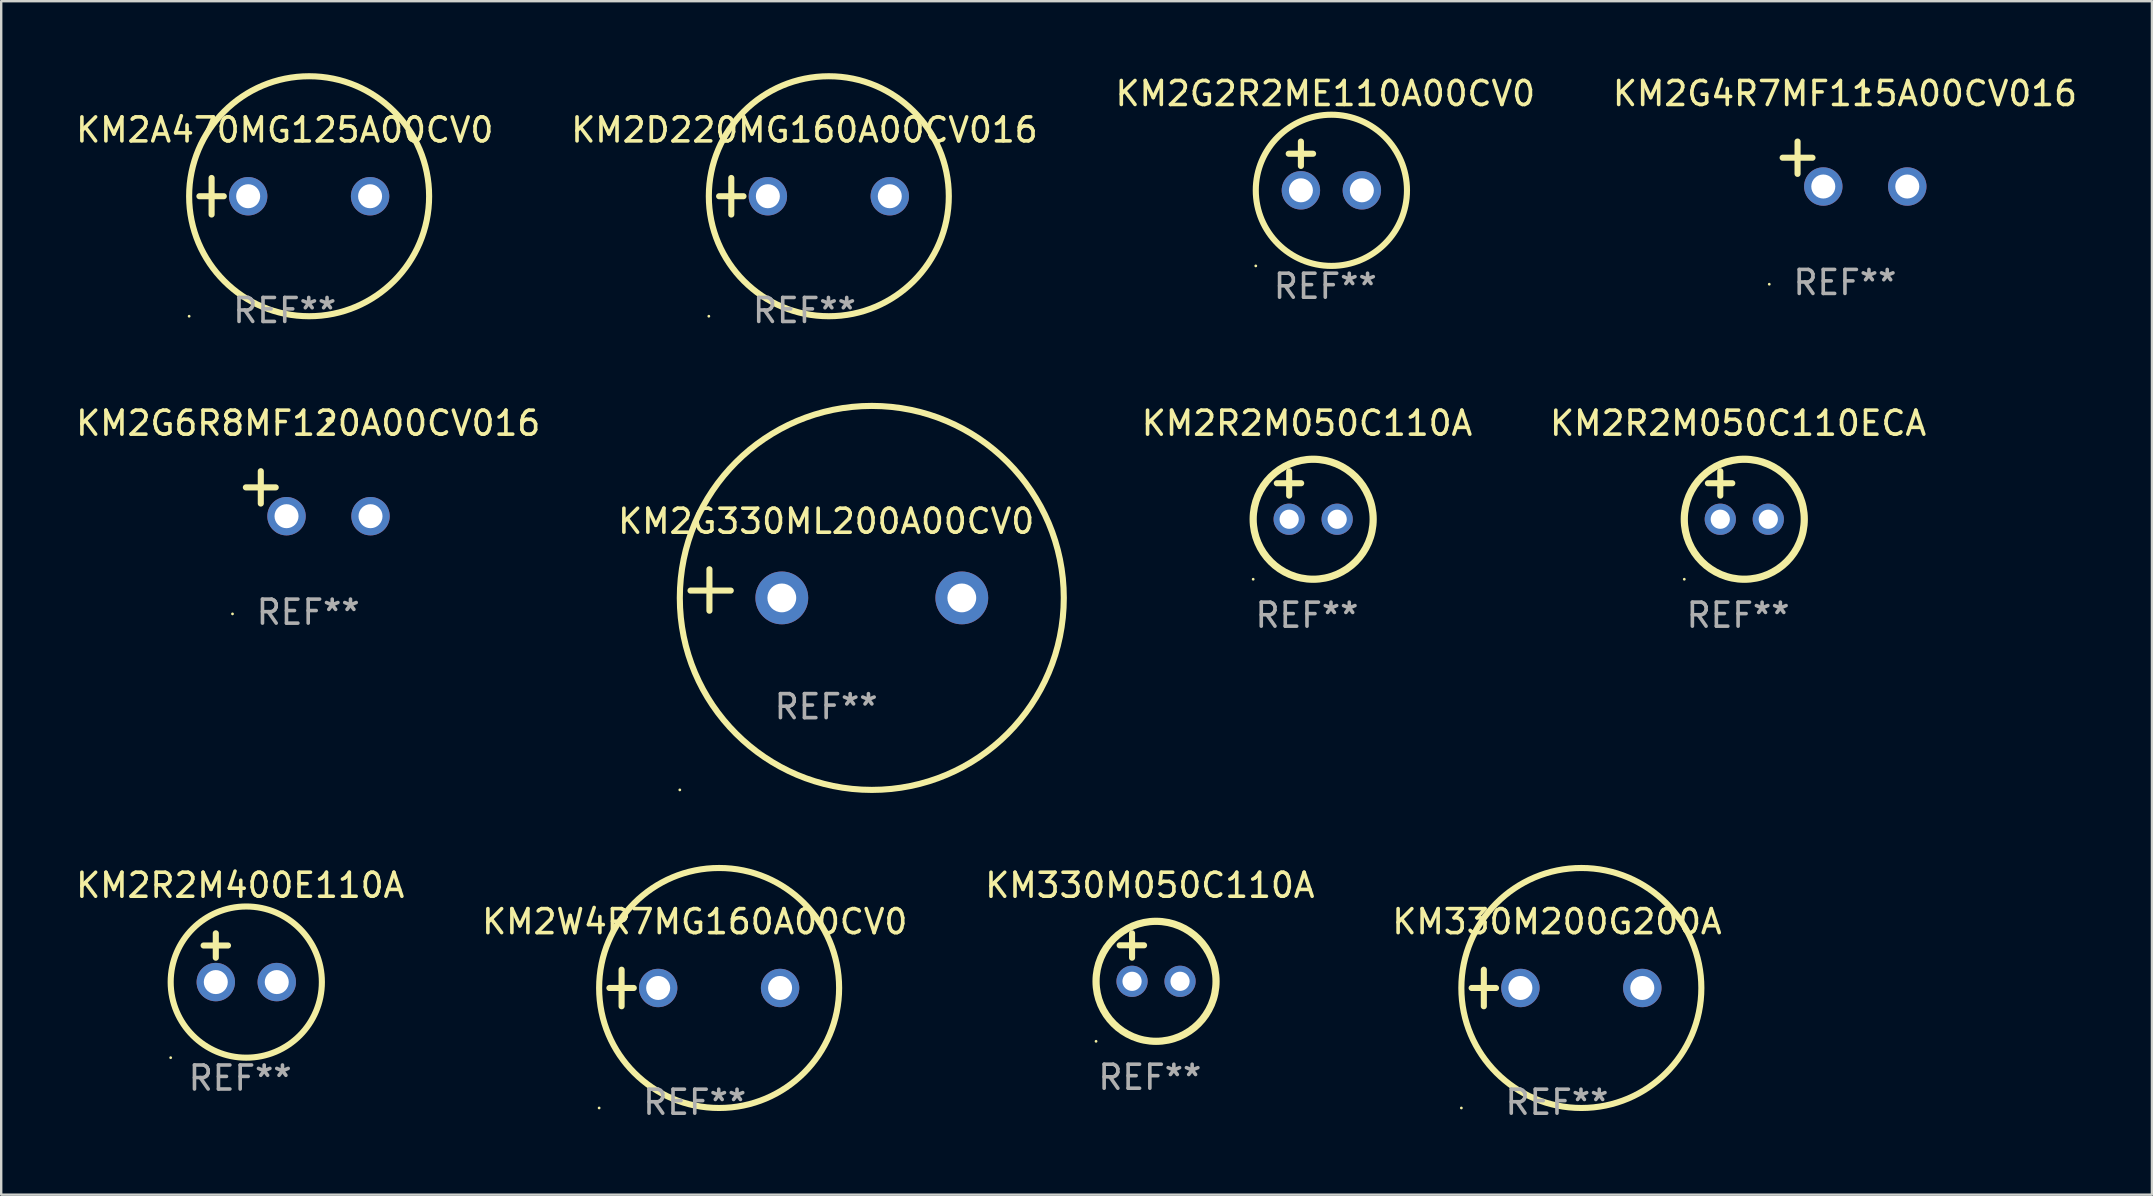
<source format=kicad_pcb>
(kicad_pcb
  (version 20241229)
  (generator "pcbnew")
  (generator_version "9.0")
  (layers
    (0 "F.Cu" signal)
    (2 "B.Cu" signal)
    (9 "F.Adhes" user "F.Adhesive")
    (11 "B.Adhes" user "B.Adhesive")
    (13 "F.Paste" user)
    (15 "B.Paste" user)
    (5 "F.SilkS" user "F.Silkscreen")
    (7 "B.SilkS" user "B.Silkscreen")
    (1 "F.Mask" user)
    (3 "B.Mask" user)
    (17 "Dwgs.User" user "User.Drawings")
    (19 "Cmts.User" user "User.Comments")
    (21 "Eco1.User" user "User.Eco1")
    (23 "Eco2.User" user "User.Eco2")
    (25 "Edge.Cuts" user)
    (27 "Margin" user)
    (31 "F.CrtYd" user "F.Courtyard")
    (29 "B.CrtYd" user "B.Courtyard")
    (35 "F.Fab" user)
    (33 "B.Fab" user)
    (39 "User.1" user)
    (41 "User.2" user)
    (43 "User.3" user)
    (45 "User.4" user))
  (footprint "KM2W4R7MG160A00CV0"
    (layer "F.Cu")
    (at 25.899 38.118)
    (property "Reference" "KM2W4R7MG160A00CV0" (at 0 -2.762 0) (layer "F.SilkS") (effects (font (size 1 1) (thickness 0.15))))
    (attr through_hole)
    (fp_line (start -3.556 0) (end -2.54 0) (stroke (width 0.254) (type solid)) (layer "F.SilkS"))
    (fp_line (start -3.048 -0.762) (end -3.048 0.762) (stroke (width 0.254) (type solid)) (layer "F.SilkS"))
    (fp_circle (center -3.984 5) (end -3.954 5) (stroke (width 0.06) (type solid)) (fill no) (layer "F.SilkS"))
    (fp_circle (center 1.016 0) (end 6.016 0) (stroke (width 0.254) (type solid)) (fill no) (layer "F.SilkS"))
    (fp_text user "REF**" (at 0 4.762 0) (layer "F.Fab") (effects (font (size 1 1) (thickness 0.15))))
    (pad "1" thru_hole circle (at -1.524 0) (size 1.6 1.6) (drill 1) (layers "*.Cu" "*.Mask"))
    (pad "2" thru_hole circle (at 3.556 0) (size 1.6 1.6) (drill 1) (layers "*.Cu" "*.Mask")))
  (footprint "KM2R2M050C110A"
    (layer "F.Cu")
    (at 51.41 17.586)
    (property "Reference" "KM2R2M050C110A" (at 0 -3 0) (layer "F.SilkS") (effects (font (size 1 1) (thickness 0.15))))
    (attr through_hole)
    (fp_line (start -1.258 -0.5) (end -0.242 -0.5) (stroke (width 0.254) (type solid)) (layer "F.SilkS"))
    (fp_line (start -0.742 -1) (end -0.742 0.016) (stroke (width 0.254) (type solid)) (layer "F.SilkS"))
    (fp_circle (center -2.242 3.5) (end -2.212 3.5) (stroke (width 0.06) (type solid)) (fill no) (layer "F.SilkS"))
    (fp_circle (center 0.258 1) (end 2.758 1) (stroke (width 0.3) (type solid)) (fill no) (layer "F.SilkS"))
    (fp_text user "REF**" (at 0 5 0) (layer "F.Fab") (effects (font (size 1 1) (thickness 0.15))))
    (pad "1" thru_hole circle (at -0.742 1) (size 1.3 1.3) (drill 0.8) (layers "*.Cu" "*.Mask"))
    (pad "2" thru_hole circle (at 1.258 1) (size 1.3 1.3) (drill 0.8) (layers "*.Cu" "*.Mask")))
  (footprint "KM2G6R8MF120A00CV016"
    (layer "F.Cu")
    (at 9.792 17.522)
    (property "Reference" "KM2G6R8MF120A00CV016" (at 0 -2.937 0) (layer "F.SilkS") (effects (font (size 1 1) (thickness 0.15))))
    (attr through_hole)
    (fp_line (start -1.975 0.41) (end -1.975 -0.937) (stroke (width 0.254) (type solid)) (layer "F.SilkS"))
    (fp_line (start -1.353 -0.263) (end -2.597 -0.263) (stroke (width 0.254) (type solid)) (layer "F.SilkS"))
    (fp_arc (start 0.849809 -3.063957) (mid 0.885369 -3.064114) (end 0.920929 -3.063957) (stroke (width 0.254001) (type solid)) (layer "F.SilkS"))
    (fp_circle (center -3.154 5.008) (end -3.124 5.008) (stroke (width 0.06) (type solid)) (fill no) (layer "F.SilkS"))
    (fp_text user "REF**" (at 0 4.937 0) (layer "F.Fab") (effects (font (size 1 1) (thickness 0.15))))
    (pad "1" thru_hole circle (at -0.903 0.937) (size 1.6 1.6) (drill 1) (layers "*.Cu" "*.Mask"))
    (pad "2" thru_hole circle (at 2.597 0.937) (size 1.6 1.6) (drill 1) (layers "*.Cu" "*.Mask")))
  (footprint "KM2G4R7MF115A00CV016"
    (layer "F.Cu")
    (at 73.827 3.785)
    (property "Reference" "KM2G4R7MF115A00CV016" (at 0 -2.937 0) (layer "F.SilkS") (effects (font (size 1 1) (thickness 0.15))))
    (attr through_hole)
    (fp_line (start -1.975 0.41) (end -1.975 -0.937) (stroke (width 0.254) (type solid)) (layer "F.SilkS"))
    (fp_line (start -1.353 -0.263) (end -2.597 -0.263) (stroke (width 0.254) (type solid)) (layer "F.SilkS"))
    (fp_arc (start 0.849809 -3.063957) (mid 0.885369 -3.064114) (end 0.920929 -3.063957) (stroke (width 0.254001) (type solid)) (layer "F.SilkS"))
    (fp_circle (center -3.154 5.008) (end -3.124 5.008) (stroke (width 0.06) (type solid)) (fill no) (layer "F.SilkS"))
    (fp_text user "REF**" (at 0 4.937 0) (layer "F.Fab") (effects (font (size 1 1) (thickness 0.15))))
    (pad "1" thru_hole circle (at -0.903 0.937) (size 1.6 1.6) (drill 1) (layers "*.Cu" "*.Mask"))
    (pad "2" thru_hole circle (at 2.597 0.937) (size 1.6 1.6) (drill 1) (layers "*.Cu" "*.Mask")))
  (footprint "KM2G2R2ME110A00CV0"
    (layer "F.Cu")
    (at 52.173 3.864)
    (property "Reference" "KM2G2R2ME110A00CV0" (at 0 -3.016 0) (layer "F.SilkS") (effects (font (size 1 1) (thickness 0.15))))
    (attr through_hole)
    (fp_line (start -1.524 -0.508) (end -0.508 -0.508) (stroke (width 0.254) (type solid)) (layer "F.SilkS"))
    (fp_line (start -1.016 -1.016) (end -1.016 0) (stroke (width 0.254) (type solid)) (layer "F.SilkS"))
    (fp_circle (center -2.896 4.166) (end -2.866 4.166) (stroke (width 0.06) (type solid)) (fill no) (layer "F.SilkS"))
    (fp_circle (center 0.254 1.016) (end 3.404 1.016) (stroke (width 0.254) (type solid)) (fill no) (layer "F.SilkS"))
    (fp_text user "REF**" (at 0 5.016 0) (layer "F.Fab") (effects (font (size 1 1) (thickness 0.15))))
    (pad "1" thru_hole circle (at -1.016 1.016) (size 1.6 1.6) (drill 1) (layers "*.Cu" "*.Mask"))
    (pad "2" thru_hole circle (at 1.524 1.016) (size 1.6 1.6) (drill 1) (layers "*.Cu" "*.Mask")))
  (footprint "KM2R2M400E110A"
    (layer "F.Cu")
    (at 6.958 36.856)
    (property "Reference" "KM2R2M400E110A" (at 0 -3.016 0) (layer "F.SilkS") (effects (font (size 1 1) (thickness 0.15))))
    (attr through_hole)
    (fp_line (start -1.524 -0.508) (end -0.508 -0.508) (stroke (width 0.254) (type solid)) (layer "F.SilkS"))
    (fp_line (start -1.016 -1.016) (end -1.016 0) (stroke (width 0.254) (type solid)) (layer "F.SilkS"))
    (fp_circle (center -2.896 4.166) (end -2.866 4.166) (stroke (width 0.06) (type solid)) (fill no) (layer "F.SilkS"))
    (fp_circle (center 0.254 1.016) (end 3.404 1.016) (stroke (width 0.254) (type solid)) (fill no) (layer "F.SilkS"))
    (fp_text user "REF**" (at 0 5.016 0) (layer "F.Fab") (effects (font (size 1 1) (thickness 0.15))))
    (pad "1" thru_hole circle (at -1.016 1.016) (size 1.6 1.6) (drill 1) (layers "*.Cu" "*.Mask"))
    (pad "2" thru_hole circle (at 1.524 1.016) (size 1.6 1.6) (drill 1) (layers "*.Cu" "*.Mask")))
  (footprint "KM2A470MG125A00CV0"
    (layer "F.Cu")
    (at 8.815 5.127)
    (property "Reference" "KM2A470MG125A00CV0" (at 0 -2.762 0) (layer "F.SilkS") (effects (font (size 1 1) (thickness 0.15))))
    (attr through_hole)
    (fp_line (start -3.556 0) (end -2.54 0) (stroke (width 0.254) (type solid)) (layer "F.SilkS"))
    (fp_line (start -3.048 -0.762) (end -3.048 0.762) (stroke (width 0.254) (type solid)) (layer "F.SilkS"))
    (fp_circle (center -3.984 5) (end -3.954 5) (stroke (width 0.06) (type solid)) (fill no) (layer "F.SilkS"))
    (fp_circle (center 1.016 0) (end 6.016 0) (stroke (width 0.254) (type solid)) (fill no) (layer "F.SilkS"))
    (fp_text user "REF**" (at 0 4.762 0) (layer "F.Fab") (effects (font (size 1 1) (thickness 0.15))))
    (pad "1" thru_hole circle (at -1.524 0) (size 1.6 1.6) (drill 1) (layers "*.Cu" "*.Mask"))
    (pad "2" thru_hole circle (at 3.556 0) (size 1.6 1.6) (drill 1) (layers "*.Cu" "*.Mask")))
  (footprint "KM2G330ML200A00CV0"
    (layer "F.Cu")
    (at 31.375 21.534)
    (property "Reference" "KM2G330ML200A00CV0" (at 0 -2.864 0) (layer "F.SilkS") (effects (font (size 1 1) (thickness 0.15))))
    (attr through_hole)
    (fp_line (start -4.864 0.864) (end -4.864 -0.864) (stroke (width 0.254) (type solid)) (layer "F.SilkS"))
    (fp_line (start -3.975 0.025) (end -5.652 0.025) (stroke (width 0.254) (type solid)) (layer "F.SilkS"))
    (fp_circle (center -6.098 8.33) (end -6.068 8.33) (stroke (width 0.06) (type solid)) (fill no) (layer "F.SilkS"))
    (fp_circle (center 1.902 0.33) (end 9.902 0.33) (stroke (width 0.254) (type solid)) (fill no) (layer "F.SilkS"))
    (fp_text user "REF**" (at 0 4.864 0) (layer "F.Fab") (effects (font (size 1 1) (thickness 0.15))))
    (pad "1" thru_hole circle (at -1.848 0.33) (size 2.2 2.2) (drill 1.2) (layers "*.Cu" "*.Mask"))
    (pad "2" thru_hole circle (at 5.652 0.33) (size 2.2 2.2) (drill 1.2) (layers "*.Cu" "*.Mask")))
  (footprint "KM2D220MG160A00CV016"
    (layer "F.Cu")
    (at 30.47 5.127)
    (property "Reference" "KM2D220MG160A00CV016" (at 0 -2.762 0) (layer "F.SilkS") (effects (font (size 1 1) (thickness 0.15))))
    (attr through_hole)
    (fp_line (start -3.556 0) (end -2.54 0) (stroke (width 0.254) (type solid)) (layer "F.SilkS"))
    (fp_line (start -3.048 -0.762) (end -3.048 0.762) (stroke (width 0.254) (type solid)) (layer "F.SilkS"))
    (fp_circle (center -3.984 5) (end -3.954 5) (stroke (width 0.06) (type solid)) (fill no) (layer "F.SilkS"))
    (fp_circle (center 1.016 0) (end 6.016 0) (stroke (width 0.254) (type solid)) (fill no) (layer "F.SilkS"))
    (fp_text user "REF**" (at 0 4.762 0) (layer "F.Fab") (effects (font (size 1 1) (thickness 0.15))))
    (pad "1" thru_hole circle (at -1.524 0) (size 1.6 1.6) (drill 1) (layers "*.Cu" "*.Mask"))
    (pad "2" thru_hole circle (at 3.556 0) (size 1.6 1.6) (drill 1) (layers "*.Cu" "*.Mask")))
  (footprint "KM330M200G200A"
    (layer "F.Cu")
    (at 61.827 38.118)
    (property "Reference" "KM330M200G200A" (at 0 -2.762 0) (layer "F.SilkS") (effects (font (size 1 1) (thickness 0.15))))
    (attr through_hole)
    (fp_line (start -3.556 0) (end -2.54 0) (stroke (width 0.254) (type solid)) (layer "F.SilkS"))
    (fp_line (start -3.048 -0.762) (end -3.048 0.762) (stroke (width 0.254) (type solid)) (layer "F.SilkS"))
    (fp_circle (center -3.984 5) (end -3.954 5) (stroke (width 0.06) (type solid)) (fill no) (layer "F.SilkS"))
    (fp_circle (center 1.016 0) (end 6.016 0) (stroke (width 0.254) (type solid)) (fill no) (layer "F.SilkS"))
    (fp_text user "REF**" (at 0 4.762 0) (layer "F.Fab") (effects (font (size 1 1) (thickness 0.15))))
    (pad "1" thru_hole circle (at -1.524 0) (size 1.6 1.6) (drill 1) (layers "*.Cu" "*.Mask"))
    (pad "2" thru_hole circle (at 3.556 0) (size 1.6 1.6) (drill 1) (layers "*.Cu" "*.Mask")))
  (footprint "KM2R2M050C110ECA"
    (layer "F.Cu")
    (at 69.374 17.586)
    (property "Reference" "KM2R2M050C110ECA" (at 0 -3 0) (layer "F.SilkS") (effects (font (size 1 1) (thickness 0.15))))
    (attr through_hole)
    (fp_line (start -1.258 -0.5) (end -0.242 -0.5) (stroke (width 0.254) (type solid)) (layer "F.SilkS"))
    (fp_line (start -0.742 -1) (end -0.742 0.016) (stroke (width 0.254) (type solid)) (layer "F.SilkS"))
    (fp_circle (center -2.242 3.5) (end -2.212 3.5) (stroke (width 0.06) (type solid)) (fill no) (layer "F.SilkS"))
    (fp_circle (center 0.258 1) (end 2.758 1) (stroke (width 0.3) (type solid)) (fill no) (layer "F.SilkS"))
    (fp_text user "REF**" (at 0 5 0) (layer "F.Fab") (effects (font (size 1 1) (thickness 0.15))))
    (pad "1" thru_hole circle (at -0.742 1) (size 1.3 1.3) (drill 0.8) (layers "*.Cu" "*.Mask"))
    (pad "2" thru_hole circle (at 1.258 1) (size 1.3 1.3) (drill 0.8) (layers "*.Cu" "*.Mask")))
  (footprint "KM330M050C110A"
    (layer "F.Cu")
    (at 44.863 36.84)
    (property "Reference" "KM330M050C110A" (at 0 -3 0) (layer "F.SilkS") (effects (font (size 1 1) (thickness 0.15))))
    (attr through_hole)
    (fp_line (start -1.258 -0.5) (end -0.242 -0.5) (stroke (width 0.254) (type solid)) (layer "F.SilkS"))
    (fp_line (start -0.742 -1) (end -0.742 0.016) (stroke (width 0.254) (type solid)) (layer "F.SilkS"))
    (fp_circle (center -2.242 3.5) (end -2.212 3.5) (stroke (width 0.06) (type solid)) (fill no) (layer "F.SilkS"))
    (fp_circle (center 0.258 1) (end 2.758 1) (stroke (width 0.3) (type solid)) (fill no) (layer "F.SilkS"))
    (fp_text user "REF**" (at 0 5 0) (layer "F.Fab") (effects (font (size 1 1) (thickness 0.15))))
    (pad "1" thru_hole circle (at -0.742 1) (size 1.3 1.3) (drill 0.8) (layers "*.Cu" "*.Mask"))
    (pad "2" thru_hole circle (at 1.258 1) (size 1.3 1.3) (drill 0.8) (layers "*.Cu" "*.Mask")))
  (gr_rect
    (start -3 -3)
    (end 86.619 46.729)
    (stroke (width 0.1) (type default))
    (fill no)
    (layer "Edge.Cuts")))
</source>
